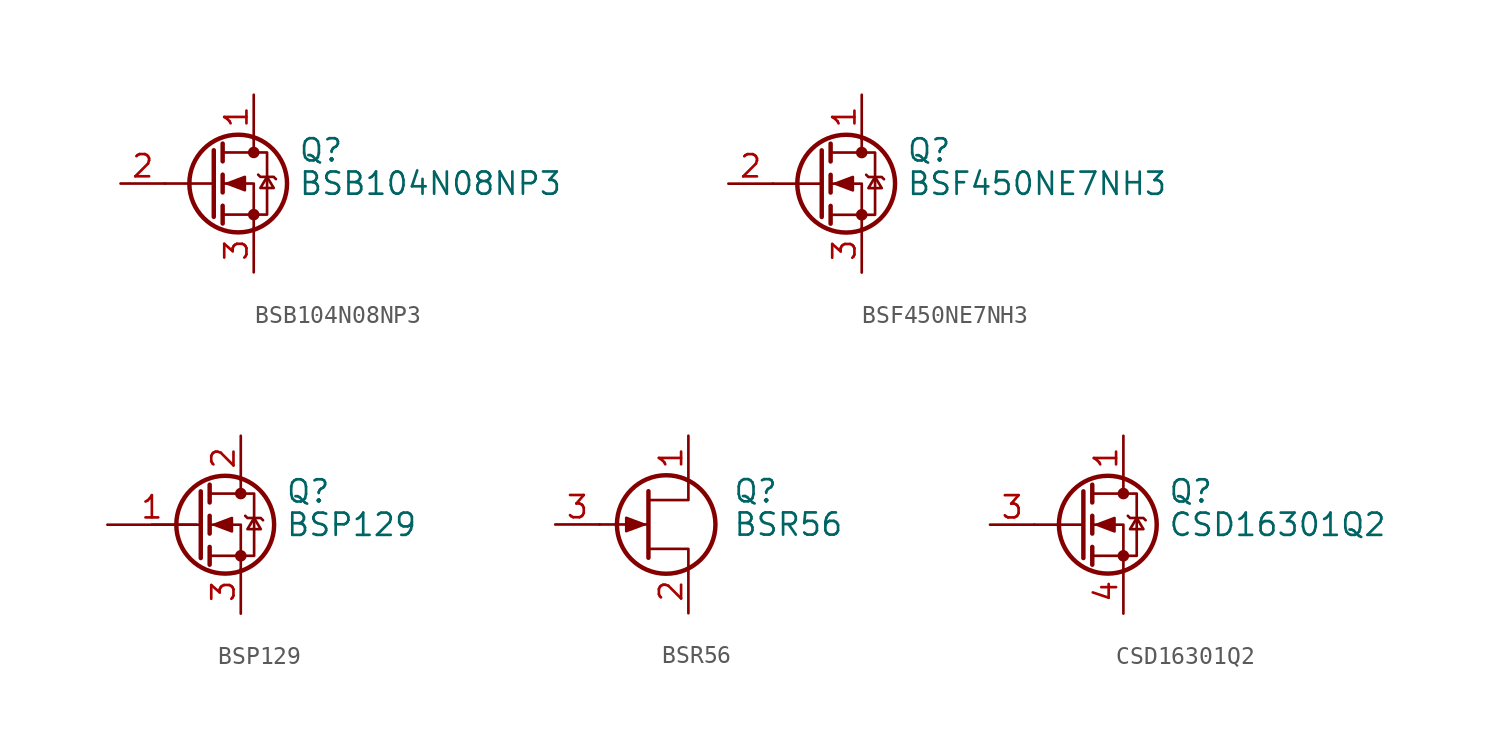
<source format=kicad_sym>
(kicad_symbol_lib
  (version 20220914)
  (generator kicad_symbol_editor)
  (symbol "BSB104N08NP3"
    (pin_names hide)
    (property "Reference" "Q"
      (at 5.08 1.905 0)
      (effects (font (size 1.27 1.27)) (justify left)))
    (property "Value" "BSB104N08NP3"
      (at 5.08 0 0)
      (effects (font (size 1.27 1.27)) (justify left)))
    (symbol "BSB104N08NP3_0_1"
      (polyline (pts (xy 0.254 0) (xy -2.54 0)) (stroke (width 0) (type default)) (fill (type none)))
      (polyline (pts (xy 0.254 1.905) (xy 0.254 -1.905)) (stroke (width 0.254) (type default)) (fill (type none)))
      (polyline (pts (xy 0.762 -1.27) (xy 0.762 -2.286)) (stroke (width 0.254) (type default)) (fill (type none)))
      (polyline (pts (xy 0.762 0.508) (xy 0.762 -0.508)) (stroke (width 0.254) (type default)) (fill (type none)))
      (polyline (pts (xy 0.762 2.286) (xy 0.762 1.27)) (stroke (width 0.254) (type default)) (fill (type none)))
      (polyline (pts (xy 2.54 2.54) (xy 2.54 1.778)) (stroke (width 0) (type default)) (fill (type none)))
      (polyline (pts (xy 2.54 -2.54) (xy 2.54 0) (xy 0.762 0)) (stroke (width 0) (type default)) (fill (type none)))
      (polyline (pts (xy 0.762 -1.778) (xy 3.302 -1.778) (xy 3.302 1.778) (xy 0.762 1.778)) (stroke (width 0) (type default)) (fill (type none)))
      (polyline (pts (xy 1.016 0) (xy 2.032 0.381) (xy 2.032 -0.381) (xy 1.016 0)) (stroke (width 0) (type default)) (fill (type outline)))
      (polyline (pts (xy 2.794 0.508) (xy 2.921 0.381) (xy 3.683 0.381) (xy 3.81 0.254)) (stroke (width 0) (type default)) (fill (type none)))
      (polyline (pts (xy 3.302 0.381) (xy 2.921 -0.254) (xy 3.683 -0.254) (xy 3.302 0.381)) (stroke (width 0) (type default)) (fill (type none)))
      (circle (center 1.651 0) (radius 2.794) (stroke (width 0.254) (type default)) (fill (type none)))
      (circle (center 2.54 -1.778) (radius 0.254) (stroke (width 0) (type default)) (fill (type outline)))
      (circle (center 2.54 1.778) (radius 0.254) (stroke (width 0) (type default)) (fill (type outline))))
    (symbol "BSB104N08NP3_1_1"
      (pin passive line (at 2.54 5.08 270) (length 2.54) (name "D" (effects (font (size 1.27 1.27)))) (number "1" (effects (font (size 1.27 1.27)))))
      (pin input line (at -5.08 0 0) (length 2.54) (name "G" (effects (font (size 1.27 1.27)))) (number "2" (effects (font (size 1.27 1.27)))))
      (pin passive line (at 2.54 -5.08 90) (length 2.54) (name "S" (effects (font (size 1.27 1.27)))) (number "3" (effects (font (size 1.27 1.27)))))))
  (symbol "BSF450NE7NH3"
    (pin_names hide)
    (property "Reference" "Q"
      (at 5.08 1.905 0)
      (effects (font (size 1.27 1.27)) (justify left)))
    (property "Value" "BSF450NE7NH3"
      (at 5.08 0 0)
      (effects (font (size 1.27 1.27)) (justify left)))
    (symbol "BSF450NE7NH3_0_1"
      (polyline (pts (xy 0.254 0) (xy -2.54 0)) (stroke (width 0) (type default)) (fill (type none)))
      (polyline (pts (xy 0.254 1.905) (xy 0.254 -1.905)) (stroke (width 0.254) (type default)) (fill (type none)))
      (polyline (pts (xy 0.762 -1.27) (xy 0.762 -2.286)) (stroke (width 0.254) (type default)) (fill (type none)))
      (polyline (pts (xy 0.762 0.508) (xy 0.762 -0.508)) (stroke (width 0.254) (type default)) (fill (type none)))
      (polyline (pts (xy 0.762 2.286) (xy 0.762 1.27)) (stroke (width 0.254) (type default)) (fill (type none)))
      (polyline (pts (xy 2.54 2.54) (xy 2.54 1.778)) (stroke (width 0) (type default)) (fill (type none)))
      (polyline (pts (xy 2.54 -2.54) (xy 2.54 0) (xy 0.762 0)) (stroke (width 0) (type default)) (fill (type none)))
      (polyline (pts (xy 0.762 -1.778) (xy 3.302 -1.778) (xy 3.302 1.778) (xy 0.762 1.778)) (stroke (width 0) (type default)) (fill (type none)))
      (polyline (pts (xy 1.016 0) (xy 2.032 0.381) (xy 2.032 -0.381) (xy 1.016 0)) (stroke (width 0) (type default)) (fill (type outline)))
      (polyline (pts (xy 2.794 0.508) (xy 2.921 0.381) (xy 3.683 0.381) (xy 3.81 0.254)) (stroke (width 0) (type default)) (fill (type none)))
      (polyline (pts (xy 3.302 0.381) (xy 2.921 -0.254) (xy 3.683 -0.254) (xy 3.302 0.381)) (stroke (width 0) (type default)) (fill (type none)))
      (circle (center 1.651 0) (radius 2.794) (stroke (width 0.254) (type default)) (fill (type none)))
      (circle (center 2.54 -1.778) (radius 0.254) (stroke (width 0) (type default)) (fill (type outline)))
      (circle (center 2.54 1.778) (radius 0.254) (stroke (width 0) (type default)) (fill (type outline))))
    (symbol "BSF450NE7NH3_1_1"
      (pin passive line (at 2.54 5.08 270) (length 2.54) (name "D" (effects (font (size 1.27 1.27)))) (number "1" (effects (font (size 1.27 1.27)))))
      (pin input line (at -5.08 0 0) (length 2.54) (name "G" (effects (font (size 1.27 1.27)))) (number "2" (effects (font (size 1.27 1.27)))))
      (pin passive line (at 2.54 -5.08 90) (length 2.54) (name "S" (effects (font (size 1.27 1.27)))) (number "3" (effects (font (size 1.27 1.27)))))))
  (symbol "BSP129"
    (pin_names hide)
    (property "Reference" "Q"
      (at 5.08 1.905 0)
      (effects (font (size 1.27 1.27)) (justify left)))
    (property "Value" "BSP129"
      (at 5.08 0 0)
      (effects (font (size 1.27 1.27)) (justify left)))
    (symbol "BSP129_0_1"
      (polyline (pts (xy 0.254 0) (xy -2.54 0)) (stroke (width 0) (type default)) (fill (type none)))
      (polyline (pts (xy 0.254 1.905) (xy 0.254 -1.905)) (stroke (width 0.254) (type default)) (fill (type none)))
      (polyline (pts (xy 0.762 -1.27) (xy 0.762 -2.286)) (stroke (width 0.254) (type default)) (fill (type none)))
      (polyline (pts (xy 0.762 0.508) (xy 0.762 -0.508)) (stroke (width 0.254) (type default)) (fill (type none)))
      (polyline (pts (xy 0.762 2.286) (xy 0.762 1.27)) (stroke (width 0.254) (type default)) (fill (type none)))
      (polyline (pts (xy 2.54 2.54) (xy 2.54 1.778)) (stroke (width 0) (type default)) (fill (type none)))
      (polyline (pts (xy 2.54 -2.54) (xy 2.54 0) (xy 0.762 0)) (stroke (width 0) (type default)) (fill (type none)))
      (polyline (pts (xy 0.762 -1.778) (xy 3.302 -1.778) (xy 3.302 1.778) (xy 0.762 1.778)) (stroke (width 0) (type default)) (fill (type none)))
      (polyline (pts (xy 1.016 0) (xy 2.032 0.381) (xy 2.032 -0.381) (xy 1.016 0)) (stroke (width 0) (type default)) (fill (type outline)))
      (polyline (pts (xy 2.794 0.508) (xy 2.921 0.381) (xy 3.683 0.381) (xy 3.81 0.254)) (stroke (width 0) (type default)) (fill (type none)))
      (polyline (pts (xy 3.302 0.381) (xy 2.921 -0.254) (xy 3.683 -0.254) (xy 3.302 0.381)) (stroke (width 0) (type default)) (fill (type none)))
      (circle (center 1.651 0) (radius 2.794) (stroke (width 0.254) (type default)) (fill (type none)))
      (circle (center 2.54 -1.778) (radius 0.254) (stroke (width 0) (type default)) (fill (type outline)))
      (circle (center 2.54 1.778) (radius 0.254) (stroke (width 0) (type default)) (fill (type outline))))
    (symbol "BSP129_1_1"
      (pin input line (at -5.08 0 0) (length 5.08) (name "G" (effects (font (size 1.27 1.27)))) (number "1" (effects (font (size 1.27 1.27)))))
      (pin passive line (at 2.54 5.08 270) (length 2.54) (name "D" (effects (font (size 1.27 1.27)))) (number "2" (effects (font (size 1.27 1.27)))))
      (pin passive line (at 2.54 -5.08 90) (length 2.54) (name "S" (effects (font (size 1.27 1.27)))) (number "3" (effects (font (size 1.27 1.27)))))))
  (symbol "BSR56"
    (pin_names hide)
    (property "Reference" "Q"
      (at 5.08 1.905 0)
      (effects (font (size 1.27 1.27)) (justify left)))
    (property "Value" "BSR56"
      (at 5.08 0 0)
      (effects (font (size 1.27 1.27)) (justify left)))
    (symbol "BSR56_0_1"
      (polyline (pts (xy 0.254 0) (xy -2.54 0)) (stroke (width 0) (type default)) (fill (type none)))
      (polyline (pts (xy 0.254 1.905) (xy 0.254 -1.905)) (stroke (width 0.254) (type default)) (fill (type none)))
      (polyline (pts (xy 2.54 -2.54) (xy 2.54 -1.397) (xy 0.254 -1.397)) (stroke (width 0) (type default)) (fill (type none)))
      (polyline (pts (xy 2.54 2.54) (xy 2.54 1.397) (xy 0.254 1.397)) (stroke (width 0) (type default)) (fill (type none)))
      (polyline (pts (xy 0 0) (xy -1.016 0.381) (xy -1.016 -0.381) (xy 0 0)) (stroke (width 0) (type default)) (fill (type outline)))
      (circle (center 1.27 0) (radius 2.819) (stroke (width 0.254) (type default)) (fill (type none))))
    (symbol "BSR56_1_1"
      (pin passive line (at 2.54 5.08 270) (length 2.54) (name "D" (effects (font (size 1.27 1.27)))) (number "1" (effects (font (size 1.27 1.27)))))
      (pin passive line (at 2.54 -5.08 90) (length 2.54) (name "S" (effects (font (size 1.27 1.27)))) (number "2" (effects (font (size 1.27 1.27)))))
      (pin input line (at -5.08 0 0) (length 2.54) (name "G" (effects (font (size 1.27 1.27)))) (number "3" (effects (font (size 1.27 1.27)))))))
  (symbol "CSD16301Q2"
    (pin_names hide)
    (property "Reference" "Q"
      (at 5.08 1.905 0)
      (effects (font (size 1.27 1.27)) (justify left)))
    (property "Value" "CSD16301Q2"
      (at 5.08 0 0)
      (effects (font (size 1.27 1.27)) (justify left)))
    (symbol "CSD16301Q2_0_1"
      (polyline (pts (xy 0.254 0) (xy -2.54 0)) (stroke (width 0) (type default)) (fill (type none)))
      (polyline (pts (xy 0.254 1.905) (xy 0.254 -1.905)) (stroke (width 0.254) (type default)) (fill (type none)))
      (polyline (pts (xy 0.762 -1.27) (xy 0.762 -2.286)) (stroke (width 0.254) (type default)) (fill (type none)))
      (polyline (pts (xy 0.762 0.508) (xy 0.762 -0.508)) (stroke (width 0.254) (type default)) (fill (type none)))
      (polyline (pts (xy 0.762 2.286) (xy 0.762 1.27)) (stroke (width 0.254) (type default)) (fill (type none)))
      (polyline (pts (xy 2.54 2.54) (xy 2.54 1.778)) (stroke (width 0) (type default)) (fill (type none)))
      (polyline (pts (xy 2.54 -2.54) (xy 2.54 0) (xy 0.762 0)) (stroke (width 0) (type default)) (fill (type none)))
      (polyline (pts (xy 0.762 -1.778) (xy 3.302 -1.778) (xy 3.302 1.778) (xy 0.762 1.778)) (stroke (width 0) (type default)) (fill (type none)))
      (polyline (pts (xy 1.016 0) (xy 2.032 0.381) (xy 2.032 -0.381) (xy 1.016 0)) (stroke (width 0) (type default)) (fill (type outline)))
      (polyline (pts (xy 2.794 0.508) (xy 2.921 0.381) (xy 3.683 0.381) (xy 3.81 0.254)) (stroke (width 0) (type default)) (fill (type none)))
      (polyline (pts (xy 3.302 0.381) (xy 2.921 -0.254) (xy 3.683 -0.254) (xy 3.302 0.381)) (stroke (width 0) (type default)) (fill (type none)))
      (circle (center 1.651 0) (radius 2.794) (stroke (width 0.254) (type default)) (fill (type none)))
      (circle (center 2.54 -1.778) (radius 0.254) (stroke (width 0) (type default)) (fill (type outline)))
      (circle (center 2.54 1.778) (radius 0.254) (stroke (width 0) (type default)) (fill (type outline))))
    (symbol "CSD16301Q2_1_1"
      (pin passive line (at 2.54 5.08 270) (length 2.54) (name "D" (effects (font (size 1.27 1.27)))) (number "1" (effects (font (size 1.27 1.27)))))
      (pin passive line (at 2.54 5.08 270) (length 2.54) hide (name "D" (effects (font (size 1.27 1.27)))) (number "2" (effects (font (size 1.27 1.27)))))
      (pin passive line (at -5.08 0 0) (length 2.54) (name "G" (effects (font (size 1.27 1.27)))) (number "3" (effects (font (size 1.27 1.27)))))
      (pin passive line (at 2.54 -5.08 90) (length 2.54) (name "S" (effects (font (size 1.27 1.27)))) (number "4" (effects (font (size 1.27 1.27)))))
      (pin passive line (at 2.54 5.08 270) (length 2.54) hide (name "D" (effects (font (size 1.27 1.27)))) (number "5" (effects (font (size 1.27 1.27)))))
      (pin passive line (at 2.54 5.08 270) (length 2.54) hide (name "D" (effects (font (size 1.27 1.27)))) (number "6" (effects (font (size 1.27 1.27)))))
      (pin passive line (at 2.54 -5.08 90) (length 2.54) hide (name "S" (effects (font (size 1.27 1.27)))) (number "7" (effects (font (size 1.27 1.27)))))
      (pin passive line (at 2.54 5.08 270) (length 2.54) hide (name "D" (effects (font (size 1.27 1.27)))) (number "8" (effects (font (size 1.27 1.27))))))))
</source>
